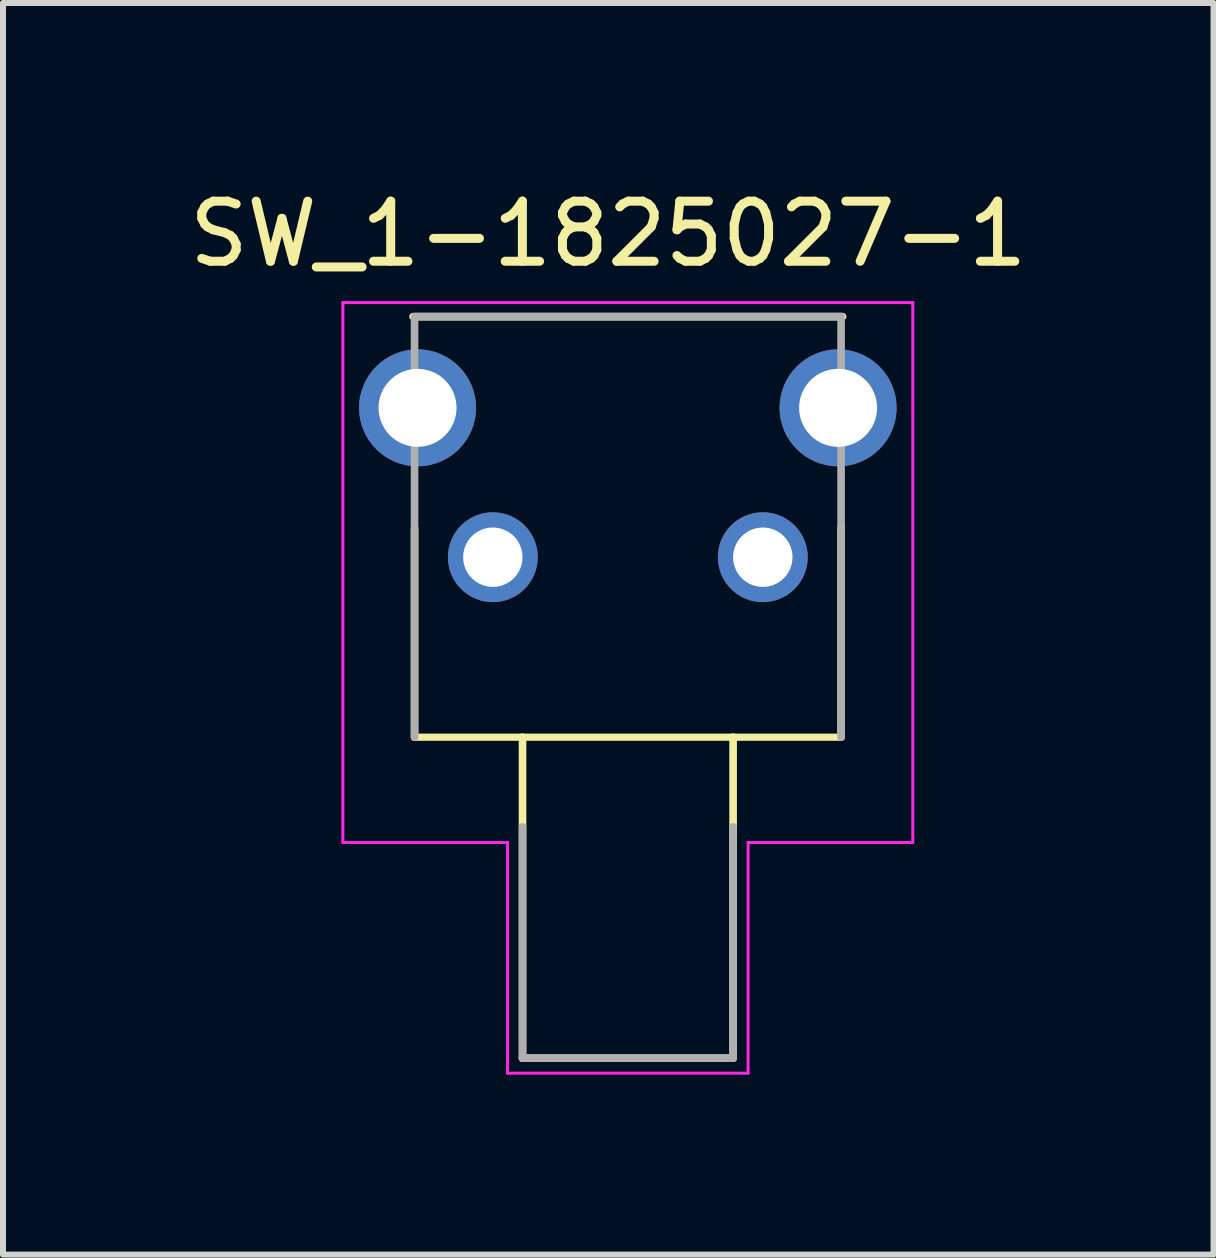
<source format=kicad_pcb>
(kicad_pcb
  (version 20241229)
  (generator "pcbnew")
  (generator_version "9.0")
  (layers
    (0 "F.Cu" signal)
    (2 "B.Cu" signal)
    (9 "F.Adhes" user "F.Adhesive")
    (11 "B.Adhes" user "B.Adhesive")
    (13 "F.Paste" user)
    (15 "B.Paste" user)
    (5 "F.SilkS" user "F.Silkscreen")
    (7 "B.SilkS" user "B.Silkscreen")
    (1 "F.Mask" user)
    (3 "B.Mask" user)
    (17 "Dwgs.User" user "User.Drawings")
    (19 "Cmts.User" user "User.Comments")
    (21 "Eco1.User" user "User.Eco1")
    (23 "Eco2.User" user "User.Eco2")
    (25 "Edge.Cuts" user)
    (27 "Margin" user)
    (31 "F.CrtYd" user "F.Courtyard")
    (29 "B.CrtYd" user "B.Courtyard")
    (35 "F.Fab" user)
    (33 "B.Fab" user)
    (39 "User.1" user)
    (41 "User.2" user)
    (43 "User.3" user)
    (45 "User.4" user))
  (footprint "SW_1-1825027-1"
    (layer "F.Cu")
    (at 7.415 6.238)
    (property "Reference" "SW_1-1825027-1" (at -0.326 -5.389 0) (layer "F.SilkS") (effects (font (size 1.002 1.002) (thickness 0.15))))
    (attr through_hole)
    (fp_line (start -3.58 -4.01) (end 3.58 -4.01) (stroke (width 0.127) (type solid)) (layer "F.SilkS"))
    (fp_line (start -3.555 3) (end -3.555 -0.485) (stroke (width 0.127) (type solid)) (layer "F.SilkS"))
    (fp_line (start -1.755 3) (end -1.755 8.35) (stroke (width 0.127) (type solid)) (layer "F.SilkS"))
    (fp_line (start -1.755 8.35) (end 1.755 8.35) (stroke (width 0.127) (type solid)) (layer "F.SilkS"))
    (fp_line (start 1.755 8.35) (end 1.755 3) (stroke (width 0.127) (type solid)) (layer "F.SilkS"))
    (fp_line (start 3.555 -0.5) (end 3.555 3) (stroke (width 0.127) (type solid)) (layer "F.SilkS"))
    (fp_line (start 3.555 3) (end -3.555 3) (stroke (width 0.12) (type solid)) (layer "F.SilkS"))
    (fp_line (start -4.75 -4.245) (end 4.75 -4.245) (stroke (width 0.05) (type solid)) (layer "F.CrtYd"))
    (fp_line (start -4.75 4.755) (end -4.75 -4.245) (stroke (width 0.05) (type solid)) (layer "F.CrtYd"))
    (fp_line (start -2.005 4.755) (end -4.75 4.755) (stroke (width 0.05) (type solid)) (layer "F.CrtYd"))
    (fp_line (start -2.005 8.6) (end -2.005 4.755) (stroke (width 0.05) (type solid)) (layer "F.CrtYd"))
    (fp_line (start 2.005 4.755) (end 2.005 8.6) (stroke (width 0.05) (type solid)) (layer "F.CrtYd"))
    (fp_line (start 2.005 8.6) (end -2.005 8.6) (stroke (width 0.05) (type solid)) (layer "F.CrtYd"))
    (fp_line (start 4.75 -4.245) (end 4.75 4.755) (stroke (width 0.05) (type solid)) (layer "F.CrtYd"))
    (fp_line (start 4.75 4.755) (end 2.005 4.755) (stroke (width 0.05) (type solid)) (layer "F.CrtYd"))
    (fp_line (start -3.555 -4.01) (end 3.555 -4.01) (stroke (width 0.127) (type solid)) (layer "F.Fab"))
    (fp_line (start -3.555 3) (end -3.555 -4.01) (stroke (width 0.127) (type solid)) (layer "F.Fab"))
    (fp_line (start -1.755 4.495) (end -1.755 8.35) (stroke (width 0.127) (type solid)) (layer "F.Fab"))
    (fp_line (start -1.755 8.35) (end 1.755 8.35) (stroke (width 0.127) (type solid)) (layer "F.Fab"))
    (fp_line (start 1.755 8.35) (end 1.755 4.495) (stroke (width 0.127) (type solid)) (layer "F.Fab"))
    (fp_line (start 3.555 -4.01) (end 3.555 3) (stroke (width 0.127) (type solid)) (layer "F.Fab"))
    (pad "1" thru_hole circle (at -2.25 0) (size 1.498 1.498) (drill 0.99) (layers "*.Cu" "*.Mask"))
    (pad "2" thru_hole circle (at 2.25 0) (size 1.498 1.498) (drill 0.99) (layers "*.Cu" "*.Mask"))
    (pad "S1" thru_hole circle (at -3.505 -2.49) (size 1.95 1.95) (drill 1.3) (layers "*.Cu" "*.Mask"))
    (pad "S2" thru_hole circle (at 3.505 -2.49) (size 1.95 1.95) (drill 1.3) (layers "*.Cu" "*.Mask")))
  (gr_rect
    (start -3 -3)
    (end 17.178 17.863)
    (stroke (width 0.1) (type default))
    (fill no)
    (layer "Edge.Cuts")))
</source>
